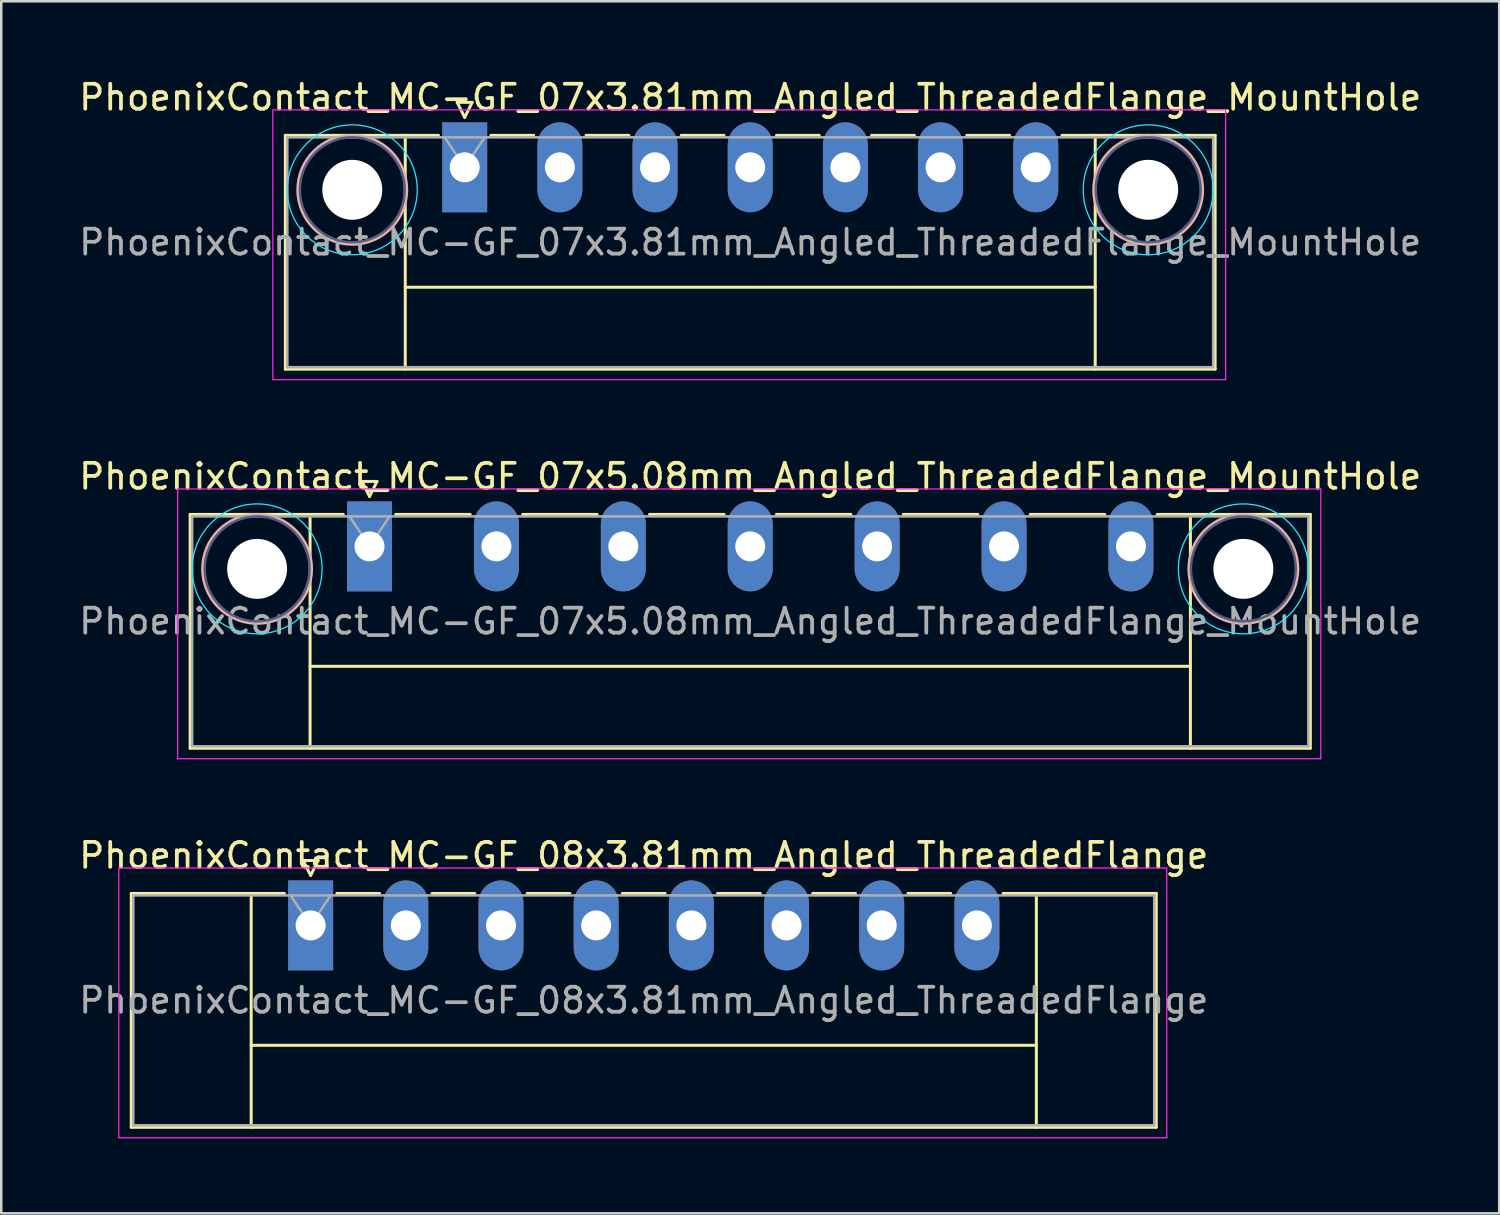
<source format=kicad_pcb>
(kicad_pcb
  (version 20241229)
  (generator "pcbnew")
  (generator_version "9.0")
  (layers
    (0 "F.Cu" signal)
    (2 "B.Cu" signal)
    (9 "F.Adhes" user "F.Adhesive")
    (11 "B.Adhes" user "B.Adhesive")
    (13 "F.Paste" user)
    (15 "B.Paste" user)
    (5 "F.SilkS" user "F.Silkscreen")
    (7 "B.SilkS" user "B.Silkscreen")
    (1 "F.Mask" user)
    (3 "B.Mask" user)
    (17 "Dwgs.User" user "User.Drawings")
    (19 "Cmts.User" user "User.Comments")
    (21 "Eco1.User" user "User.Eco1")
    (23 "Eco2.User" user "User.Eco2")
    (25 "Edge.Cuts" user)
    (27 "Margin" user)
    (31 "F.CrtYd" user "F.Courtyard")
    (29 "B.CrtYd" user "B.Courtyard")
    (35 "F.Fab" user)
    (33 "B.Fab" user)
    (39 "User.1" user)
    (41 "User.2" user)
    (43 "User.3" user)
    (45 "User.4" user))
  (footprint "PhoenixContact_MC-GF_08x3.81mm_Angled_ThreadedFlange"
    (layer "F.Cu")
    (at 9.385 33.995)
    (property "Reference" "PhoenixContact_MC-GF_08x3.81mm_Angled_ThreadedFlange" (at 13.335 -2.8 0) (layer "F.SilkS") (effects (font (size 1 1) (thickness 0.15))))
    (attr through_hole)
    (fp_line (start -7.18 -1.28) (end -7.18 8.08) (stroke (width 0.12) (type solid)) (layer "F.SilkS"))
    (fp_line (start -7.18 -1.28) (end -1.05 -1.28) (stroke (width 0.12) (type solid)) (layer "F.SilkS"))
    (fp_line (start -7.18 8.08) (end 33.85 8.08) (stroke (width 0.12) (type solid)) (layer "F.SilkS"))
    (fp_line (start -2.38 -1.28) (end -2.38 8.08) (stroke (width 0.12) (type solid)) (layer "F.SilkS"))
    (fp_line (start -2.38 4.8) (end 29.05 4.8) (stroke (width 0.12) (type solid)) (layer "F.SilkS"))
    (fp_line (start -0.3 -2.6) (end 0.3 -2.6) (stroke (width 0.12) (type solid)) (layer "F.SilkS"))
    (fp_line (start 0 -2) (end -0.3 -2.6) (stroke (width 0.12) (type solid)) (layer "F.SilkS"))
    (fp_line (start 0.3 -2.6) (end 0 -2) (stroke (width 0.12) (type solid)) (layer "F.SilkS"))
    (fp_line (start 1.05 -1.28) (end 2.76 -1.28) (stroke (width 0.12) (type solid)) (layer "F.SilkS"))
    (fp_line (start 4.86 -1.28) (end 6.57 -1.28) (stroke (width 0.12) (type solid)) (layer "F.SilkS"))
    (fp_line (start 8.67 -1.28) (end 10.38 -1.28) (stroke (width 0.12) (type solid)) (layer "F.SilkS"))
    (fp_line (start 12.48 -1.28) (end 14.19 -1.28) (stroke (width 0.12) (type solid)) (layer "F.SilkS"))
    (fp_line (start 16.29 -1.28) (end 18 -1.28) (stroke (width 0.12) (type solid)) (layer "F.SilkS"))
    (fp_line (start 20.1 -1.28) (end 21.81 -1.28) (stroke (width 0.12) (type solid)) (layer "F.SilkS"))
    (fp_line (start 23.91 -1.28) (end 25.62 -1.28) (stroke (width 0.12) (type solid)) (layer "F.SilkS"))
    (fp_line (start 29.05 -1.28) (end 29.05 8.08) (stroke (width 0.12) (type solid)) (layer "F.SilkS"))
    (fp_line (start 33.85 -1.28) (end 27.72 -1.28) (stroke (width 0.12) (type solid)) (layer "F.SilkS"))
    (fp_line (start 33.85 8.08) (end 33.85 -1.28) (stroke (width 0.12) (type solid)) (layer "F.SilkS"))
    (fp_line (start -7.68 -2.3) (end -7.68 8.5) (stroke (width 0.05) (type solid)) (layer "F.CrtYd"))
    (fp_line (start -7.68 8.5) (end 34.27 8.5) (stroke (width 0.05) (type solid)) (layer "F.CrtYd"))
    (fp_line (start 34.27 -2.3) (end -7.68 -2.3) (stroke (width 0.05) (type solid)) (layer "F.CrtYd"))
    (fp_line (start 34.27 8.5) (end 34.27 -2.3) (stroke (width 0.05) (type solid)) (layer "F.CrtYd"))
    (fp_line (start -7.1 -1.2) (end -7.1 8) (stroke (width 0.1) (type solid)) (layer "F.Fab"))
    (fp_line (start -7.1 8) (end 33.77 8) (stroke (width 0.1) (type solid)) (layer "F.Fab"))
    (fp_line (start 0 0) (end -0.8 -1.2) (stroke (width 0.1) (type solid)) (layer "F.Fab"))
    (fp_line (start 0.8 -1.2) (end 0 0) (stroke (width 0.1) (type solid)) (layer "F.Fab"))
    (fp_line (start 33.77 -1.2) (end -7.1 -1.2) (stroke (width 0.1) (type solid)) (layer "F.Fab"))
    (fp_line (start 33.77 8) (end 33.77 -1.2) (stroke (width 0.1) (type solid)) (layer "F.Fab"))
    (fp_text user "${REFERENCE}" (at 13.335 3 0) (layer "F.Fab") (effects (font (size 1 1) (thickness 0.15))))
    (pad "1" thru_hole rect (at 0 0) (size 1.8 3.6) (drill 1.2) (layers "*.Cu" "*.Mask"))
    (pad "2" thru_hole oval (at 3.81 0) (size 1.8 3.6) (drill 1.2) (layers "*.Cu" "*.Mask"))
    (pad "3" thru_hole oval (at 7.62 0) (size 1.8 3.6) (drill 1.2) (layers "*.Cu" "*.Mask"))
    (pad "4" thru_hole oval (at 11.43 0) (size 1.8 3.6) (drill 1.2) (layers "*.Cu" "*.Mask"))
    (pad "5" thru_hole oval (at 15.24 0) (size 1.8 3.6) (drill 1.2) (layers "*.Cu" "*.Mask"))
    (pad "6" thru_hole oval (at 19.05 0) (size 1.8 3.6) (drill 1.2) (layers "*.Cu" "*.Mask"))
    (pad "7" thru_hole oval (at 22.86 0) (size 1.8 3.6) (drill 1.2) (layers "*.Cu" "*.Mask"))
    (pad "8" thru_hole oval (at 26.67 0) (size 1.8 3.6) (drill 1.2) (layers "*.Cu" "*.Mask")))
  (footprint "PhoenixContact_MC-GF_07x3.81mm_Angled_ThreadedFlange_MountHole"
    (layer "F.Cu")
    (at 15.552 3.648)
    (property "Reference" "PhoenixContact_MC-GF_07x3.81mm_Angled_ThreadedFlange_MountHole" (at 11.43 -2.8 0) (layer "F.SilkS") (effects (font (size 1 1) (thickness 0.15))))
    (attr through_hole)
    (fp_line (start -7.18 -1.28) (end -7.18 8.08) (stroke (width 0.12) (type solid)) (layer "F.SilkS"))
    (fp_line (start -7.18 -1.28) (end -1.05 -1.28) (stroke (width 0.12) (type solid)) (layer "F.SilkS"))
    (fp_line (start -7.18 8.08) (end 30.04 8.08) (stroke (width 0.12) (type solid)) (layer "F.SilkS"))
    (fp_line (start -2.38 -1.28) (end -2.38 8.08) (stroke (width 0.12) (type solid)) (layer "F.SilkS"))
    (fp_line (start -2.38 4.8) (end 25.24 4.8) (stroke (width 0.12) (type solid)) (layer "F.SilkS"))
    (fp_line (start -0.3 -2.6) (end 0.3 -2.6) (stroke (width 0.12) (type solid)) (layer "F.SilkS"))
    (fp_line (start 0 -2) (end -0.3 -2.6) (stroke (width 0.12) (type solid)) (layer "F.SilkS"))
    (fp_line (start 0.3 -2.6) (end 0 -2) (stroke (width 0.12) (type solid)) (layer "F.SilkS"))
    (fp_line (start 1.05 -1.28) (end 2.76 -1.28) (stroke (width 0.12) (type solid)) (layer "F.SilkS"))
    (fp_line (start 4.86 -1.28) (end 6.57 -1.28) (stroke (width 0.12) (type solid)) (layer "F.SilkS"))
    (fp_line (start 8.67 -1.28) (end 10.38 -1.28) (stroke (width 0.12) (type solid)) (layer "F.SilkS"))
    (fp_line (start 12.48 -1.28) (end 14.19 -1.28) (stroke (width 0.12) (type solid)) (layer "F.SilkS"))
    (fp_line (start 16.29 -1.28) (end 18 -1.28) (stroke (width 0.12) (type solid)) (layer "F.SilkS"))
    (fp_line (start 20.1 -1.28) (end 21.81 -1.28) (stroke (width 0.12) (type solid)) (layer "F.SilkS"))
    (fp_line (start 25.24 -1.28) (end 25.24 8.08) (stroke (width 0.12) (type solid)) (layer "F.SilkS"))
    (fp_line (start 30.04 -1.28) (end 23.91 -1.28) (stroke (width 0.12) (type solid)) (layer "F.SilkS"))
    (fp_line (start 30.04 8.08) (end 30.04 -1.28) (stroke (width 0.12) (type solid)) (layer "F.SilkS"))
    (fp_circle (center -4.5 0.9) (end -2.32 0.9) (stroke (width 0.12) (type solid)) (fill no) (layer "B.SilkS"))
    (fp_circle (center 27.36 0.9) (end 29.54 0.9) (stroke (width 0.12) (type solid)) (fill no) (layer "B.SilkS"))
    (fp_circle (center -4.5 0.9) (end -1.9 0.9) (stroke (width 0.05) (type solid)) (fill no) (layer "B.CrtYd"))
    (fp_circle (center 27.36 0.9) (end 29.96 0.9) (stroke (width 0.05) (type solid)) (fill no) (layer "B.CrtYd"))
    (fp_line (start -7.68 -2.3) (end -7.68 8.5) (stroke (width 0.05) (type solid)) (layer "F.CrtYd"))
    (fp_line (start -7.68 8.5) (end 30.46 8.5) (stroke (width 0.05) (type solid)) (layer "F.CrtYd"))
    (fp_line (start 30.46 -2.3) (end -7.68 -2.3) (stroke (width 0.05) (type solid)) (layer "F.CrtYd"))
    (fp_line (start 30.46 8.5) (end 30.46 -2.3) (stroke (width 0.05) (type solid)) (layer "F.CrtYd"))
    (fp_circle (center -4.5 0.9) (end -2.4 0.9) (stroke (width 0.1) (type solid)) (fill no) (layer "B.Fab"))
    (fp_circle (center 27.36 0.9) (end 29.46 0.9) (stroke (width 0.1) (type solid)) (fill no) (layer "B.Fab"))
    (fp_line (start -7.1 -1.2) (end -7.1 8) (stroke (width 0.1) (type solid)) (layer "F.Fab"))
    (fp_line (start -7.1 8) (end 29.96 8) (stroke (width 0.1) (type solid)) (layer "F.Fab"))
    (fp_line (start 0 0) (end -0.8 -1.2) (stroke (width 0.1) (type solid)) (layer "F.Fab"))
    (fp_line (start 0.8 -1.2) (end 0 0) (stroke (width 0.1) (type solid)) (layer "F.Fab"))
    (fp_line (start 29.96 -1.2) (end -7.1 -1.2) (stroke (width 0.1) (type solid)) (layer "F.Fab"))
    (fp_line (start 29.96 8) (end 29.96 -1.2) (stroke (width 0.1) (type solid)) (layer "F.Fab"))
    (fp_text user "${REFERENCE}" (at 11.43 3 0) (layer "F.Fab") (effects (font (size 1 1) (thickness 0.15))))
    (pad "" np_thru_hole circle (at -4.5 0.9) (size 2.4 2.4) (drill 2.4) (layers "*.Cu" "*.Mask"))
    (pad "" np_thru_hole circle (at 27.36 0.9) (size 2.4 2.4) (drill 2.4) (layers "*.Cu" "*.Mask"))
    (pad "1" thru_hole rect (at 0 0) (size 1.8 3.6) (drill 1.2) (layers "*.Cu" "*.Mask"))
    (pad "2" thru_hole oval (at 3.81 0) (size 1.8 3.6) (drill 1.2) (layers "*.Cu" "*.Mask"))
    (pad "3" thru_hole oval (at 7.62 0) (size 1.8 3.6) (drill 1.2) (layers "*.Cu" "*.Mask"))
    (pad "4" thru_hole oval (at 11.43 0) (size 1.8 3.6) (drill 1.2) (layers "*.Cu" "*.Mask"))
    (pad "5" thru_hole oval (at 15.24 0) (size 1.8 3.6) (drill 1.2) (layers "*.Cu" "*.Mask"))
    (pad "6" thru_hole oval (at 19.05 0) (size 1.8 3.6) (drill 1.2) (layers "*.Cu" "*.Mask"))
    (pad "7" thru_hole oval (at 22.86 0) (size 1.8 3.6) (drill 1.2) (layers "*.Cu" "*.Mask")))
  (footprint "PhoenixContact_MC-GF_07x5.08mm_Angled_ThreadedFlange_MountHole"
    (layer "F.Cu")
    (at 11.742 18.822)
    (property "Reference" "PhoenixContact_MC-GF_07x5.08mm_Angled_ThreadedFlange_MountHole" (at 15.24 -2.8 0) (layer "F.SilkS") (effects (font (size 1 1) (thickness 0.15))))
    (attr through_hole)
    (fp_line (start -7.18 -1.28) (end -7.18 8.08) (stroke (width 0.12) (type solid)) (layer "F.SilkS"))
    (fp_line (start -7.18 -1.28) (end -1.05 -1.28) (stroke (width 0.12) (type solid)) (layer "F.SilkS"))
    (fp_line (start -7.18 8.08) (end 37.66 8.08) (stroke (width 0.12) (type solid)) (layer "F.SilkS"))
    (fp_line (start -2.38 -1.28) (end -2.38 8.08) (stroke (width 0.12) (type solid)) (layer "F.SilkS"))
    (fp_line (start -2.38 4.8) (end 32.86 4.8) (stroke (width 0.12) (type solid)) (layer "F.SilkS"))
    (fp_line (start -0.3 -2.6) (end 0.3 -2.6) (stroke (width 0.12) (type solid)) (layer "F.SilkS"))
    (fp_line (start 0 -2) (end -0.3 -2.6) (stroke (width 0.12) (type solid)) (layer "F.SilkS"))
    (fp_line (start 0.3 -2.6) (end 0 -2) (stroke (width 0.12) (type solid)) (layer "F.SilkS"))
    (fp_line (start 1.05 -1.28) (end 4.03 -1.28) (stroke (width 0.12) (type solid)) (layer "F.SilkS"))
    (fp_line (start 6.13 -1.28) (end 9.11 -1.28) (stroke (width 0.12) (type solid)) (layer "F.SilkS"))
    (fp_line (start 11.21 -1.28) (end 14.19 -1.28) (stroke (width 0.12) (type solid)) (layer "F.SilkS"))
    (fp_line (start 16.29 -1.28) (end 19.27 -1.28) (stroke (width 0.12) (type solid)) (layer "F.SilkS"))
    (fp_line (start 21.37 -1.28) (end 24.35 -1.28) (stroke (width 0.12) (type solid)) (layer "F.SilkS"))
    (fp_line (start 26.45 -1.28) (end 29.43 -1.28) (stroke (width 0.12) (type solid)) (layer "F.SilkS"))
    (fp_line (start 32.86 -1.28) (end 32.86 8.08) (stroke (width 0.12) (type solid)) (layer "F.SilkS"))
    (fp_line (start 37.66 -1.28) (end 31.53 -1.28) (stroke (width 0.12) (type solid)) (layer "F.SilkS"))
    (fp_line (start 37.66 8.08) (end 37.66 -1.28) (stroke (width 0.12) (type solid)) (layer "F.SilkS"))
    (fp_circle (center -4.5 0.9) (end -2.32 0.9) (stroke (width 0.12) (type solid)) (fill no) (layer "B.SilkS"))
    (fp_circle (center 34.98 0.9) (end 37.16 0.9) (stroke (width 0.12) (type solid)) (fill no) (layer "B.SilkS"))
    (fp_circle (center -4.5 0.9) (end -1.9 0.9) (stroke (width 0.05) (type solid)) (fill no) (layer "B.CrtYd"))
    (fp_circle (center 34.98 0.9) (end 37.58 0.9) (stroke (width 0.05) (type solid)) (fill no) (layer "B.CrtYd"))
    (fp_line (start -7.68 -2.3) (end -7.68 8.5) (stroke (width 0.05) (type solid)) (layer "F.CrtYd"))
    (fp_line (start -7.68 8.5) (end 38.08 8.5) (stroke (width 0.05) (type solid)) (layer "F.CrtYd"))
    (fp_line (start 38.08 -2.3) (end -7.68 -2.3) (stroke (width 0.05) (type solid)) (layer "F.CrtYd"))
    (fp_line (start 38.08 8.5) (end 38.08 -2.3) (stroke (width 0.05) (type solid)) (layer "F.CrtYd"))
    (fp_circle (center -4.5 0.9) (end -2.4 0.9) (stroke (width 0.1) (type solid)) (fill no) (layer "B.Fab"))
    (fp_circle (center 34.98 0.9) (end 37.08 0.9) (stroke (width 0.1) (type solid)) (fill no) (layer "B.Fab"))
    (fp_line (start -7.1 -1.2) (end -7.1 8) (stroke (width 0.1) (type solid)) (layer "F.Fab"))
    (fp_line (start -7.1 8) (end 37.58 8) (stroke (width 0.1) (type solid)) (layer "F.Fab"))
    (fp_line (start 0 0) (end -0.8 -1.2) (stroke (width 0.1) (type solid)) (layer "F.Fab"))
    (fp_line (start 0.8 -1.2) (end 0 0) (stroke (width 0.1) (type solid)) (layer "F.Fab"))
    (fp_line (start 37.58 -1.2) (end -7.1 -1.2) (stroke (width 0.1) (type solid)) (layer "F.Fab"))
    (fp_line (start 37.58 8) (end 37.58 -1.2) (stroke (width 0.1) (type solid)) (layer "F.Fab"))
    (fp_text user "${REFERENCE}" (at 15.24 3 0) (layer "F.Fab") (effects (font (size 1 1) (thickness 0.15))))
    (pad "" np_thru_hole circle (at -4.5 0.9) (size 2.4 2.4) (drill 2.4) (layers "*.Cu" "*.Mask"))
    (pad "" np_thru_hole circle (at 34.98 0.9) (size 2.4 2.4) (drill 2.4) (layers "*.Cu" "*.Mask"))
    (pad "1" thru_hole rect (at 0 0) (size 1.8 3.6) (drill 1.2) (layers "*.Cu" "*.Mask"))
    (pad "2" thru_hole oval (at 5.08 0) (size 1.8 3.6) (drill 1.2) (layers "*.Cu" "*.Mask"))
    (pad "3" thru_hole oval (at 10.16 0) (size 1.8 3.6) (drill 1.2) (layers "*.Cu" "*.Mask"))
    (pad "4" thru_hole oval (at 15.24 0) (size 1.8 3.6) (drill 1.2) (layers "*.Cu" "*.Mask"))
    (pad "5" thru_hole oval (at 20.32 0) (size 1.8 3.6) (drill 1.2) (layers "*.Cu" "*.Mask"))
    (pad "6" thru_hole oval (at 25.4 0) (size 1.8 3.6) (drill 1.2) (layers "*.Cu" "*.Mask"))
    (pad "7" thru_hole oval (at 30.48 0) (size 1.8 3.6) (drill 1.2) (layers "*.Cu" "*.Mask")))
  (gr_rect
    (start -3 -3)
    (end 56.964 45.52)
    (stroke (width 0.1) (type default))
    (fill no)
    (layer "Edge.Cuts")))
</source>
